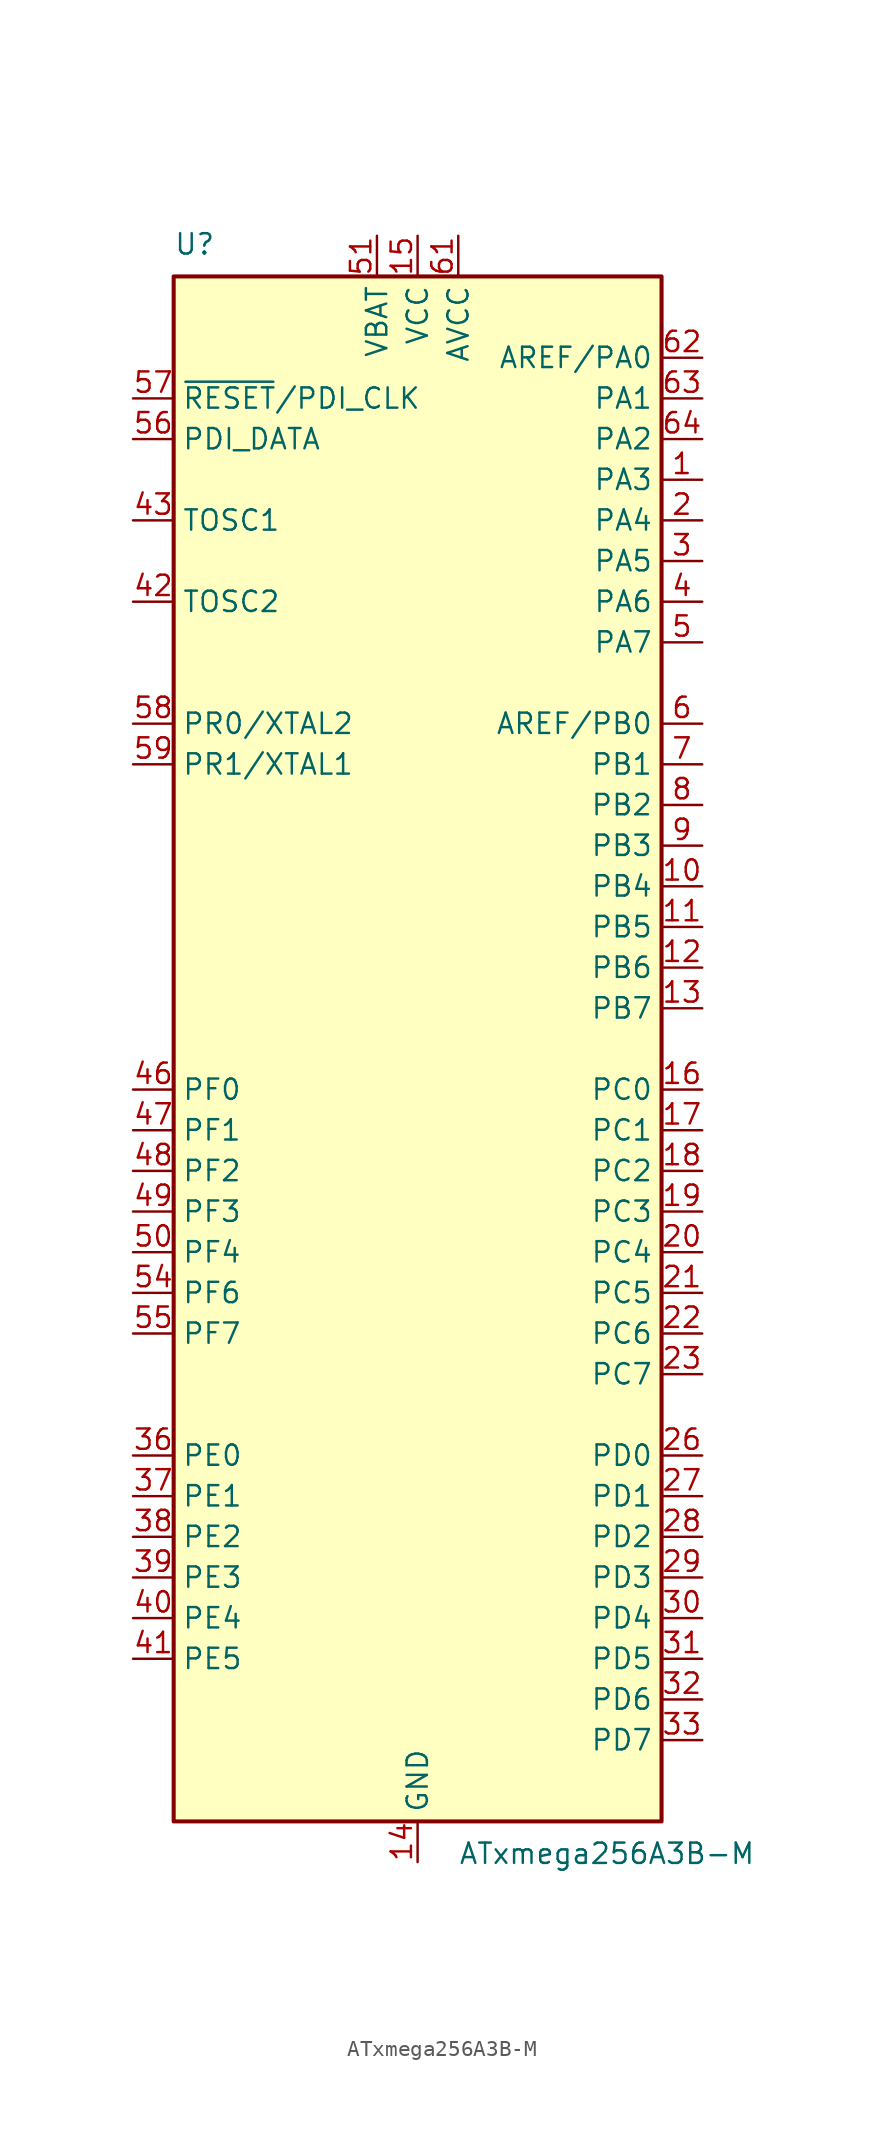
<source format=kicad_sym>
(kicad_symbol_lib
  (version 20231120)
  (generator "kicad_symbol_editor")
  (generator_version "8.0")
  (symbol "ATxmega256A3B-M"
    (property "Reference" "U"
      (at -15.24 49.53 0)
      (effects (font (size 1.27 1.27)) (justify left bottom)))
    (property "Value" "ATxmega256A3B-M"
      (at 2.54 -49.53 0)
      (effects (font (size 1.27 1.27)) (justify left top)))
    (symbol "ATxmega256A3B-M_0_1"
      (rectangle (start -15.24 -48.26) (end 15.24 48.26) (stroke (width 0.254) (type default)) (fill (type background))))
    (symbol "ATxmega256A3B-M_1_1"
      (pin bidirectional line (at 17.78 35.56 180) (length 2.54) (name "PA3" (effects (font (size 1.27 1.27)))) (number "1" (effects (font (size 1.27 1.27)))))
      (pin bidirectional line (at 17.78 10.16 180) (length 2.54) (name "PB4" (effects (font (size 1.27 1.27)))) (number "10" (effects (font (size 1.27 1.27)))))
      (pin bidirectional line (at 17.78 7.62 180) (length 2.54) (name "PB5" (effects (font (size 1.27 1.27)))) (number "11" (effects (font (size 1.27 1.27)))))
      (pin bidirectional line (at 17.78 5.08 180) (length 2.54) (name "PB6" (effects (font (size 1.27 1.27)))) (number "12" (effects (font (size 1.27 1.27)))))
      (pin bidirectional line (at 17.78 2.54 180) (length 2.54) (name "PB7" (effects (font (size 1.27 1.27)))) (number "13" (effects (font (size 1.27 1.27)))))
      (pin power_in line (at 0 -50.8 90) (length 2.54) (name "GND" (effects (font (size 1.27 1.27)))) (number "14" (effects (font (size 1.27 1.27)))))
      (pin power_in line (at 0 50.8 270) (length 2.54) (name "VCC" (effects (font (size 1.27 1.27)))) (number "15" (effects (font (size 1.27 1.27)))))
      (pin bidirectional line (at 17.78 -2.54 180) (length 2.54) (name "PC0" (effects (font (size 1.27 1.27)))) (number "16" (effects (font (size 1.27 1.27)))))
      (pin bidirectional line (at 17.78 -5.08 180) (length 2.54) (name "PC1" (effects (font (size 1.27 1.27)))) (number "17" (effects (font (size 1.27 1.27)))))
      (pin bidirectional line (at 17.78 -7.62 180) (length 2.54) (name "PC2" (effects (font (size 1.27 1.27)))) (number "18" (effects (font (size 1.27 1.27)))))
      (pin bidirectional line (at 17.78 -10.16 180) (length 2.54) (name "PC3" (effects (font (size 1.27 1.27)))) (number "19" (effects (font (size 1.27 1.27)))))
      (pin bidirectional line (at 17.78 33.02 180) (length 2.54) (name "PA4" (effects (font (size 1.27 1.27)))) (number "2" (effects (font (size 1.27 1.27)))))
      (pin bidirectional line (at 17.78 -12.7 180) (length 2.54) (name "PC4" (effects (font (size 1.27 1.27)))) (number "20" (effects (font (size 1.27 1.27)))))
      (pin bidirectional line (at 17.78 -15.24 180) (length 2.54) (name "PC5" (effects (font (size 1.27 1.27)))) (number "21" (effects (font (size 1.27 1.27)))))
      (pin bidirectional line (at 17.78 -17.78 180) (length 2.54) (name "PC6" (effects (font (size 1.27 1.27)))) (number "22" (effects (font (size 1.27 1.27)))))
      (pin bidirectional line (at 17.78 -20.32 180) (length 2.54) (name "PC7" (effects (font (size 1.27 1.27)))) (number "23" (effects (font (size 1.27 1.27)))))
      (pin passive line (at 0 -50.8 90) (length 2.54) hide (name "GND" (effects (font (size 1.27 1.27)))) (number "24" (effects (font (size 1.27 1.27)))))
      (pin passive line (at 0 50.8 270) (length 2.54) hide (name "VCC" (effects (font (size 1.27 1.27)))) (number "25" (effects (font (size 1.27 1.27)))))
      (pin bidirectional line (at 17.78 -25.4 180) (length 2.54) (name "PD0" (effects (font (size 1.27 1.27)))) (number "26" (effects (font (size 1.27 1.27)))))
      (pin bidirectional line (at 17.78 -27.94 180) (length 2.54) (name "PD1" (effects (font (size 1.27 1.27)))) (number "27" (effects (font (size 1.27 1.27)))))
      (pin bidirectional line (at 17.78 -30.48 180) (length 2.54) (name "PD2" (effects (font (size 1.27 1.27)))) (number "28" (effects (font (size 1.27 1.27)))))
      (pin bidirectional line (at 17.78 -33.02 180) (length 2.54) (name "PD3" (effects (font (size 1.27 1.27)))) (number "29" (effects (font (size 1.27 1.27)))))
      (pin bidirectional line (at 17.78 30.48 180) (length 2.54) (name "PA5" (effects (font (size 1.27 1.27)))) (number "3" (effects (font (size 1.27 1.27)))))
      (pin bidirectional line (at 17.78 -35.56 180) (length 2.54) (name "PD4" (effects (font (size 1.27 1.27)))) (number "30" (effects (font (size 1.27 1.27)))))
      (pin bidirectional line (at 17.78 -38.1 180) (length 2.54) (name "PD5" (effects (font (size 1.27 1.27)))) (number "31" (effects (font (size 1.27 1.27)))))
      (pin bidirectional line (at 17.78 -40.64 180) (length 2.54) (name "PD6" (effects (font (size 1.27 1.27)))) (number "32" (effects (font (size 1.27 1.27)))))
      (pin bidirectional line (at 17.78 -43.18 180) (length 2.54) (name "PD7" (effects (font (size 1.27 1.27)))) (number "33" (effects (font (size 1.27 1.27)))))
      (pin passive line (at 0 -50.8 90) (length 2.54) hide (name "GND" (effects (font (size 1.27 1.27)))) (number "34" (effects (font (size 1.27 1.27)))))
      (pin passive line (at 0 50.8 270) (length 2.54) hide (name "VCC" (effects (font (size 1.27 1.27)))) (number "35" (effects (font (size 1.27 1.27)))))
      (pin bidirectional line (at -17.78 -25.4 0) (length 2.54) (name "PE0" (effects (font (size 1.27 1.27)))) (number "36" (effects (font (size 1.27 1.27)))))
      (pin bidirectional line (at -17.78 -27.94 0) (length 2.54) (name "PE1" (effects (font (size 1.27 1.27)))) (number "37" (effects (font (size 1.27 1.27)))))
      (pin bidirectional line (at -17.78 -30.48 0) (length 2.54) (name "PE2" (effects (font (size 1.27 1.27)))) (number "38" (effects (font (size 1.27 1.27)))))
      (pin bidirectional line (at -17.78 -33.02 0) (length 2.54) (name "PE3" (effects (font (size 1.27 1.27)))) (number "39" (effects (font (size 1.27 1.27)))))
      (pin bidirectional line (at 17.78 27.94 180) (length 2.54) (name "PA6" (effects (font (size 1.27 1.27)))) (number "4" (effects (font (size 1.27 1.27)))))
      (pin bidirectional line (at -17.78 -35.56 0) (length 2.54) (name "PE4" (effects (font (size 1.27 1.27)))) (number "40" (effects (font (size 1.27 1.27)))))
      (pin bidirectional line (at -17.78 -38.1 0) (length 2.54) (name "PE5" (effects (font (size 1.27 1.27)))) (number "41" (effects (font (size 1.27 1.27)))))
      (pin passive line (at -17.78 27.94 0) (length 2.54) (name "TOSC2" (effects (font (size 1.27 1.27)))) (number "42" (effects (font (size 1.27 1.27)))))
      (pin input line (at -17.78 33.02 0) (length 2.54) (name "TOSC1" (effects (font (size 1.27 1.27)))) (number "43" (effects (font (size 1.27 1.27)))))
      (pin passive line (at 0 -50.8 90) (length 2.54) hide (name "GND" (effects (font (size 1.27 1.27)))) (number "44" (effects (font (size 1.27 1.27)))))
      (pin passive line (at 0 50.8 270) (length 2.54) hide (name "VCC" (effects (font (size 1.27 1.27)))) (number "45" (effects (font (size 1.27 1.27)))))
      (pin bidirectional line (at -17.78 -2.54 0) (length 2.54) (name "PF0" (effects (font (size 1.27 1.27)))) (number "46" (effects (font (size 1.27 1.27)))))
      (pin bidirectional line (at -17.78 -5.08 0) (length 2.54) (name "PF1" (effects (font (size 1.27 1.27)))) (number "47" (effects (font (size 1.27 1.27)))))
      (pin bidirectional line (at -17.78 -7.62 0) (length 2.54) (name "PF2" (effects (font (size 1.27 1.27)))) (number "48" (effects (font (size 1.27 1.27)))))
      (pin bidirectional line (at -17.78 -10.16 0) (length 2.54) (name "PF3" (effects (font (size 1.27 1.27)))) (number "49" (effects (font (size 1.27 1.27)))))
      (pin bidirectional line (at 17.78 25.4 180) (length 2.54) (name "PA7" (effects (font (size 1.27 1.27)))) (number "5" (effects (font (size 1.27 1.27)))))
      (pin bidirectional line (at -17.78 -12.7 0) (length 2.54) (name "PF4" (effects (font (size 1.27 1.27)))) (number "50" (effects (font (size 1.27 1.27)))))
      (pin power_in line (at -2.54 50.8 270) (length 2.54) (name "VBAT" (effects (font (size 1.27 1.27)))) (number "51" (effects (font (size 1.27 1.27)))))
      (pin passive line (at 0 -50.8 90) (length 2.54) hide (name "GND" (effects (font (size 1.27 1.27)))) (number "52" (effects (font (size 1.27 1.27)))))
      (pin passive line (at 0 50.8 270) (length 2.54) hide (name "VCC" (effects (font (size 1.27 1.27)))) (number "53" (effects (font (size 1.27 1.27)))))
      (pin bidirectional line (at -17.78 -15.24 0) (length 2.54) (name "PF6" (effects (font (size 1.27 1.27)))) (number "54" (effects (font (size 1.27 1.27)))))
      (pin bidirectional line (at -17.78 -17.78 0) (length 2.54) (name "PF7" (effects (font (size 1.27 1.27)))) (number "55" (effects (font (size 1.27 1.27)))))
      (pin bidirectional line (at -17.78 38.1 0) (length 2.54) (name "PDI_DATA" (effects (font (size 1.27 1.27)))) (number "56" (effects (font (size 1.27 1.27)))))
      (pin input line (at -17.78 40.64 0) (length 2.54) (name "~{RESET}/PDI_CLK" (effects (font (size 1.27 1.27)))) (number "57" (effects (font (size 1.27 1.27)))))
      (pin bidirectional line (at -17.78 20.32 0) (length 2.54) (name "PR0/XTAL2" (effects (font (size 1.27 1.27)))) (number "58" (effects (font (size 1.27 1.27)))))
      (pin bidirectional line (at -17.78 17.78 0) (length 2.54) (name "PR1/XTAL1" (effects (font (size 1.27 1.27)))) (number "59" (effects (font (size 1.27 1.27)))))
      (pin bidirectional line (at 17.78 20.32 180) (length 2.54) (name "AREF/PB0" (effects (font (size 1.27 1.27)))) (number "6" (effects (font (size 1.27 1.27)))))
      (pin passive line (at 0 -50.8 90) (length 2.54) hide (name "GND" (effects (font (size 1.27 1.27)))) (number "60" (effects (font (size 1.27 1.27)))))
      (pin power_in line (at 2.54 50.8 270) (length 2.54) (name "AVCC" (effects (font (size 1.27 1.27)))) (number "61" (effects (font (size 1.27 1.27)))))
      (pin bidirectional line (at 17.78 43.18 180) (length 2.54) (name "AREF/PA0" (effects (font (size 1.27 1.27)))) (number "62" (effects (font (size 1.27 1.27)))))
      (pin bidirectional line (at 17.78 40.64 180) (length 2.54) (name "PA1" (effects (font (size 1.27 1.27)))) (number "63" (effects (font (size 1.27 1.27)))))
      (pin bidirectional line (at 17.78 38.1 180) (length 2.54) (name "PA2" (effects (font (size 1.27 1.27)))) (number "64" (effects (font (size 1.27 1.27)))))
      (pin passive line (at 0 -50.8 90) (length 2.54) hide (name "GND" (effects (font (size 1.27 1.27)))) (number "65" (effects (font (size 1.27 1.27)))))
      (pin bidirectional line (at 17.78 17.78 180) (length 2.54) (name "PB1" (effects (font (size 1.27 1.27)))) (number "7" (effects (font (size 1.27 1.27)))))
      (pin bidirectional line (at 17.78 15.24 180) (length 2.54) (name "PB2" (effects (font (size 1.27 1.27)))) (number "8" (effects (font (size 1.27 1.27)))))
      (pin bidirectional line (at 17.78 12.7 180) (length 2.54) (name "PB3" (effects (font (size 1.27 1.27)))) (number "9" (effects (font (size 1.27 1.27))))))))
</source>
